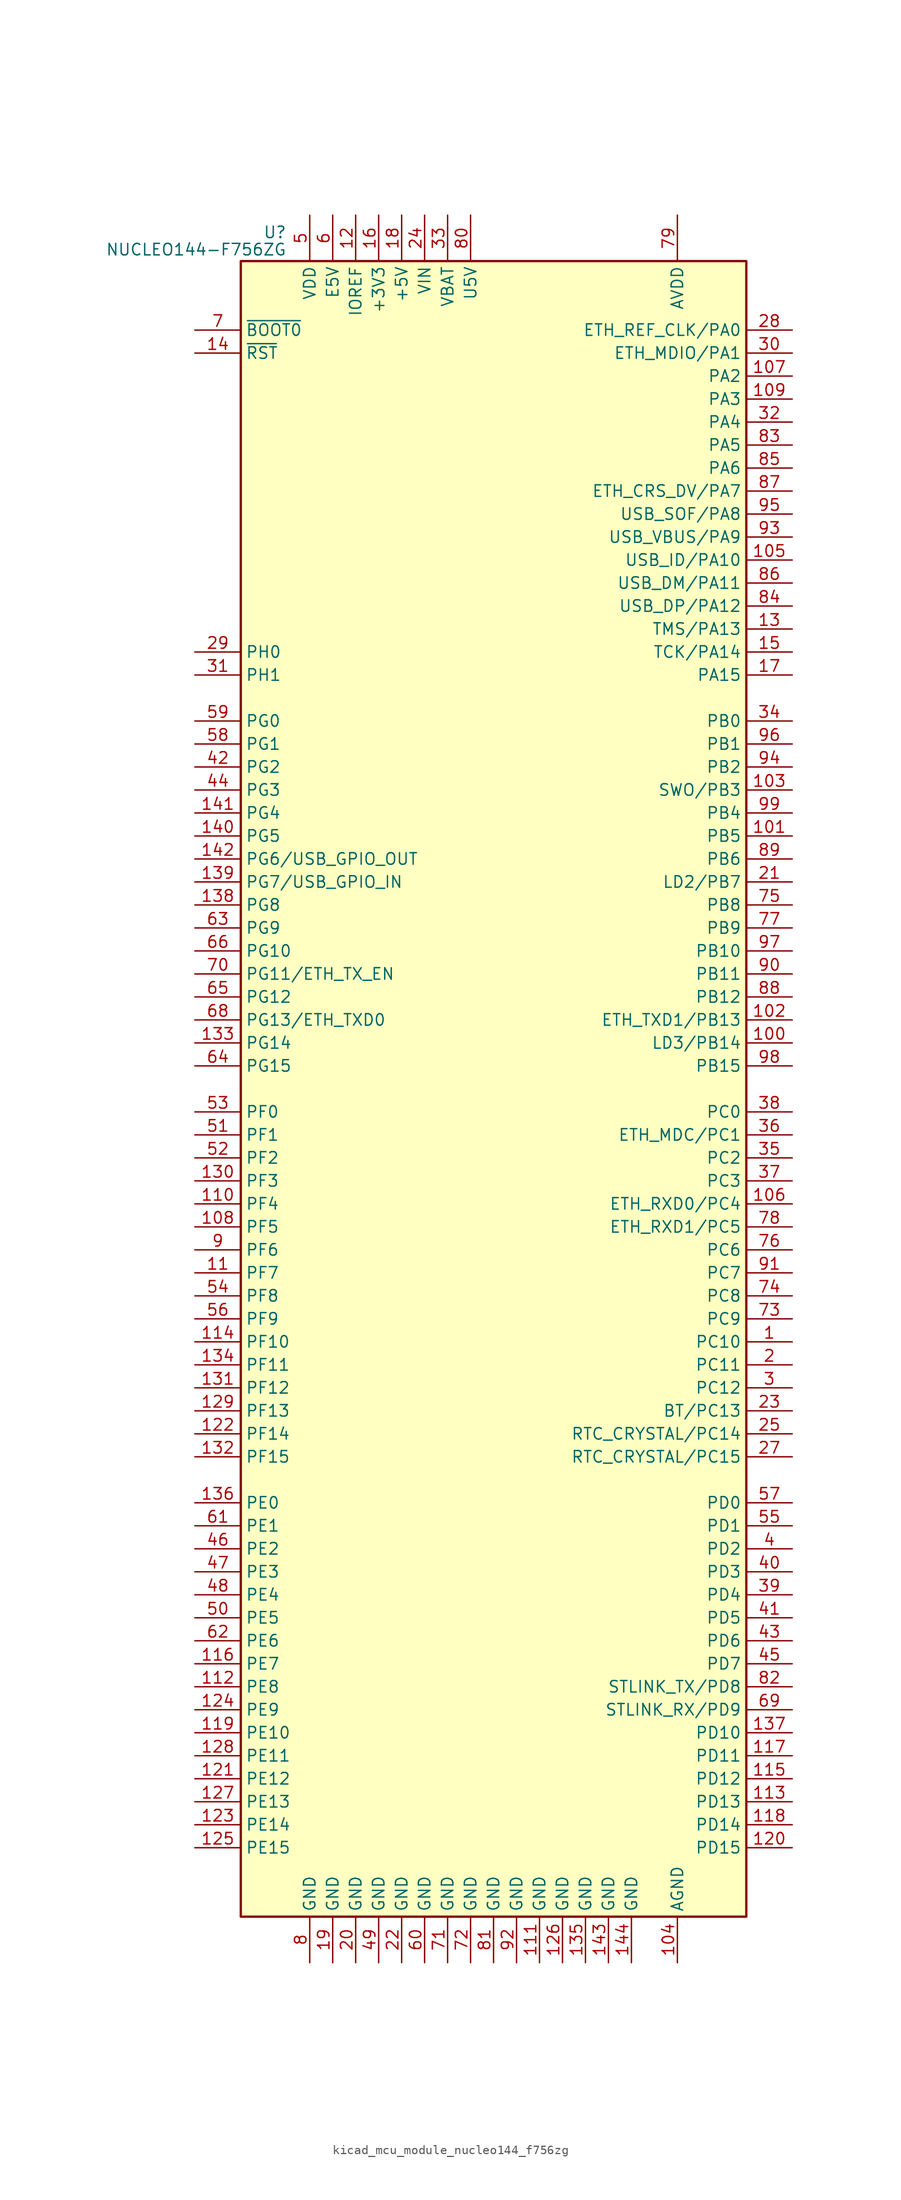
<source format=kicad_sym>
(kicad_symbol_lib
  (version 20220914)
  (generator kicad_symbol_editor)
  (symbol "kicad_mcu_module_nucleo144_f756zg"
    (property "Reference" "U"
      (at -22.86 94.615 0)
      (effects (font (size 1.27 1.27)) (justify right)))
    (property "Value" "NUCLEO144-F756ZG"
      (at -22.86 92.71 0)
      (effects (font (size 1.27 1.27)) (justify right)))
    (symbol "kicad_mcu_module_nucleo144_f756zg_0_1"
      (rectangle (start -27.94 -91.44) (end 27.94 91.44) (stroke (width 0.254) (type default)) (fill (type background))))
    (symbol "kicad_mcu_module_nucleo144_f756zg_1_1"
      (pin bidirectional line (at 33.02 -27.94 180) (length 5.08) (name "PC10" (effects (font (size 1.27 1.27)))) (number "1" (effects (font (size 1.27 1.27)))))
      (pin no_connect line (at -27.94 55.88 0) (length 5.08) hide (name "NC" (effects (font (size 1.27 1.27)))) (number "10" (effects (font (size 1.27 1.27)))))
      (pin bidirectional line (at 33.02 5.08 180) (length 5.08) (name "LD3/PB14" (effects (font (size 1.27 1.27)))) (number "100" (effects (font (size 1.27 1.27)))))
      (pin bidirectional line (at 33.02 27.94 180) (length 5.08) (name "PB5" (effects (font (size 1.27 1.27)))) (number "101" (effects (font (size 1.27 1.27)))))
      (pin bidirectional line (at 33.02 7.62 180) (length 5.08) (name "ETH_TXD1/PB13" (effects (font (size 1.27 1.27)))) (number "102" (effects (font (size 1.27 1.27)))))
      (pin bidirectional line (at 33.02 33.02 180) (length 5.08) (name "SWO/PB3" (effects (font (size 1.27 1.27)))) (number "103" (effects (font (size 1.27 1.27)))))
      (pin power_in line (at 20.32 -96.52 90) (length 5.08) (name "AGND" (effects (font (size 1.27 1.27)))) (number "104" (effects (font (size 1.27 1.27)))))
      (pin bidirectional line (at 33.02 58.42 180) (length 5.08) (name "USB_ID/PA10" (effects (font (size 1.27 1.27)))) (number "105" (effects (font (size 1.27 1.27)))))
      (pin bidirectional line (at 33.02 -12.7 180) (length 5.08) (name "ETH_RXD0/PC4" (effects (font (size 1.27 1.27)))) (number "106" (effects (font (size 1.27 1.27)))))
      (pin bidirectional line (at 33.02 78.74 180) (length 5.08) (name "PA2" (effects (font (size 1.27 1.27)))) (number "107" (effects (font (size 1.27 1.27)))))
      (pin bidirectional line (at -33.02 -15.24 0) (length 5.08) (name "PF5" (effects (font (size 1.27 1.27)))) (number "108" (effects (font (size 1.27 1.27)))))
      (pin bidirectional line (at 33.02 76.2 180) (length 5.08) (name "PA3" (effects (font (size 1.27 1.27)))) (number "109" (effects (font (size 1.27 1.27)))))
      (pin bidirectional line (at -33.02 -20.32 0) (length 5.08) (name "PF7" (effects (font (size 1.27 1.27)))) (number "11" (effects (font (size 1.27 1.27)))))
      (pin bidirectional line (at -33.02 -12.7 0) (length 5.08) (name "PF4" (effects (font (size 1.27 1.27)))) (number "110" (effects (font (size 1.27 1.27)))))
      (pin power_in line (at 5.08 -96.52 90) (length 5.08) (name "GND" (effects (font (size 1.27 1.27)))) (number "111" (effects (font (size 1.27 1.27)))))
      (pin bidirectional line (at -33.02 -66.04 0) (length 5.08) (name "PE8" (effects (font (size 1.27 1.27)))) (number "112" (effects (font (size 1.27 1.27)))))
      (pin bidirectional line (at 33.02 -78.74 180) (length 5.08) (name "PD13" (effects (font (size 1.27 1.27)))) (number "113" (effects (font (size 1.27 1.27)))))
      (pin bidirectional line (at -33.02 -27.94 0) (length 5.08) (name "PF10" (effects (font (size 1.27 1.27)))) (number "114" (effects (font (size 1.27 1.27)))))
      (pin bidirectional line (at 33.02 -76.2 180) (length 5.08) (name "PD12" (effects (font (size 1.27 1.27)))) (number "115" (effects (font (size 1.27 1.27)))))
      (pin bidirectional line (at -33.02 -63.5 0) (length 5.08) (name "PE7" (effects (font (size 1.27 1.27)))) (number "116" (effects (font (size 1.27 1.27)))))
      (pin bidirectional line (at 33.02 -73.66 180) (length 5.08) (name "PD11" (effects (font (size 1.27 1.27)))) (number "117" (effects (font (size 1.27 1.27)))))
      (pin bidirectional line (at 33.02 -81.28 180) (length 5.08) (name "PD14" (effects (font (size 1.27 1.27)))) (number "118" (effects (font (size 1.27 1.27)))))
      (pin bidirectional line (at -33.02 -71.12 0) (length 5.08) (name "PE10" (effects (font (size 1.27 1.27)))) (number "119" (effects (font (size 1.27 1.27)))))
      (pin power_in line (at -15.24 96.52 270) (length 5.08) (name "IOREF" (effects (font (size 1.27 1.27)))) (number "12" (effects (font (size 1.27 1.27)))))
      (pin bidirectional line (at 33.02 -83.82 180) (length 5.08) (name "PD15" (effects (font (size 1.27 1.27)))) (number "120" (effects (font (size 1.27 1.27)))))
      (pin bidirectional line (at -33.02 -76.2 0) (length 5.08) (name "PE12" (effects (font (size 1.27 1.27)))) (number "121" (effects (font (size 1.27 1.27)))))
      (pin bidirectional line (at -33.02 -38.1 0) (length 5.08) (name "PF14" (effects (font (size 1.27 1.27)))) (number "122" (effects (font (size 1.27 1.27)))))
      (pin bidirectional line (at -33.02 -81.28 0) (length 5.08) (name "PE14" (effects (font (size 1.27 1.27)))) (number "123" (effects (font (size 1.27 1.27)))))
      (pin bidirectional line (at -33.02 -68.58 0) (length 5.08) (name "PE9" (effects (font (size 1.27 1.27)))) (number "124" (effects (font (size 1.27 1.27)))))
      (pin bidirectional line (at -33.02 -83.82 0) (length 5.08) (name "PE15" (effects (font (size 1.27 1.27)))) (number "125" (effects (font (size 1.27 1.27)))))
      (pin power_in line (at 7.62 -96.52 90) (length 5.08) (name "GND" (effects (font (size 1.27 1.27)))) (number "126" (effects (font (size 1.27 1.27)))))
      (pin bidirectional line (at -33.02 -78.74 0) (length 5.08) (name "PE13" (effects (font (size 1.27 1.27)))) (number "127" (effects (font (size 1.27 1.27)))))
      (pin bidirectional line (at -33.02 -73.66 0) (length 5.08) (name "PE11" (effects (font (size 1.27 1.27)))) (number "128" (effects (font (size 1.27 1.27)))))
      (pin bidirectional line (at -33.02 -35.56 0) (length 5.08) (name "PF13" (effects (font (size 1.27 1.27)))) (number "129" (effects (font (size 1.27 1.27)))))
      (pin bidirectional line (at 33.02 50.8 180) (length 5.08) (name "TMS/PA13" (effects (font (size 1.27 1.27)))) (number "13" (effects (font (size 1.27 1.27)))))
      (pin bidirectional line (at -33.02 -10.16 0) (length 5.08) (name "PF3" (effects (font (size 1.27 1.27)))) (number "130" (effects (font (size 1.27 1.27)))))
      (pin bidirectional line (at -33.02 -33.02 0) (length 5.08) (name "PF12" (effects (font (size 1.27 1.27)))) (number "131" (effects (font (size 1.27 1.27)))))
      (pin bidirectional line (at -33.02 -40.64 0) (length 5.08) (name "PF15" (effects (font (size 1.27 1.27)))) (number "132" (effects (font (size 1.27 1.27)))))
      (pin bidirectional line (at -33.02 5.08 0) (length 5.08) (name "PG14" (effects (font (size 1.27 1.27)))) (number "133" (effects (font (size 1.27 1.27)))))
      (pin bidirectional line (at -33.02 -30.48 0) (length 5.08) (name "PF11" (effects (font (size 1.27 1.27)))) (number "134" (effects (font (size 1.27 1.27)))))
      (pin power_in line (at 10.16 -96.52 90) (length 5.08) (name "GND" (effects (font (size 1.27 1.27)))) (number "135" (effects (font (size 1.27 1.27)))))
      (pin bidirectional line (at -33.02 -45.72 0) (length 5.08) (name "PE0" (effects (font (size 1.27 1.27)))) (number "136" (effects (font (size 1.27 1.27)))))
      (pin bidirectional line (at 33.02 -71.12 180) (length 5.08) (name "PD10" (effects (font (size 1.27 1.27)))) (number "137" (effects (font (size 1.27 1.27)))))
      (pin bidirectional line (at -33.02 20.32 0) (length 5.08) (name "PG8" (effects (font (size 1.27 1.27)))) (number "138" (effects (font (size 1.27 1.27)))))
      (pin bidirectional line (at -33.02 22.86 0) (length 5.08) (name "PG7/USB_GPIO_IN" (effects (font (size 1.27 1.27)))) (number "139" (effects (font (size 1.27 1.27)))))
      (pin input line (at -33.02 81.28 0) (length 5.08) (name "~{RST}" (effects (font (size 1.27 1.27)))) (number "14" (effects (font (size 1.27 1.27)))))
      (pin bidirectional line (at -33.02 27.94 0) (length 5.08) (name "PG5" (effects (font (size 1.27 1.27)))) (number "140" (effects (font (size 1.27 1.27)))))
      (pin bidirectional line (at -33.02 30.48 0) (length 5.08) (name "PG4" (effects (font (size 1.27 1.27)))) (number "141" (effects (font (size 1.27 1.27)))))
      (pin bidirectional line (at -33.02 25.4 0) (length 5.08) (name "PG6/USB_GPIO_OUT" (effects (font (size 1.27 1.27)))) (number "142" (effects (font (size 1.27 1.27)))))
      (pin power_in line (at 12.7 -96.52 90) (length 5.08) (name "GND" (effects (font (size 1.27 1.27)))) (number "143" (effects (font (size 1.27 1.27)))))
      (pin power_in line (at 15.24 -96.52 90) (length 5.08) (name "GND" (effects (font (size 1.27 1.27)))) (number "144" (effects (font (size 1.27 1.27)))))
      (pin bidirectional line (at 33.02 48.26 180) (length 5.08) (name "TCK/PA14" (effects (font (size 1.27 1.27)))) (number "15" (effects (font (size 1.27 1.27)))))
      (pin power_in line (at -12.7 96.52 270) (length 5.08) (name "+3V3" (effects (font (size 1.27 1.27)))) (number "16" (effects (font (size 1.27 1.27)))))
      (pin bidirectional line (at 33.02 45.72 180) (length 5.08) (name "PA15" (effects (font (size 1.27 1.27)))) (number "17" (effects (font (size 1.27 1.27)))))
      (pin power_in line (at -10.16 96.52 270) (length 5.08) (name "+5V" (effects (font (size 1.27 1.27)))) (number "18" (effects (font (size 1.27 1.27)))))
      (pin power_in line (at -17.78 -96.52 90) (length 5.08) (name "GND" (effects (font (size 1.27 1.27)))) (number "19" (effects (font (size 1.27 1.27)))))
      (pin bidirectional line (at 33.02 -30.48 180) (length 5.08) (name "PC11" (effects (font (size 1.27 1.27)))) (number "2" (effects (font (size 1.27 1.27)))))
      (pin power_in line (at -15.24 -96.52 90) (length 5.08) (name "GND" (effects (font (size 1.27 1.27)))) (number "20" (effects (font (size 1.27 1.27)))))
      (pin bidirectional line (at 33.02 22.86 180) (length 5.08) (name "LD2/PB7" (effects (font (size 1.27 1.27)))) (number "21" (effects (font (size 1.27 1.27)))))
      (pin power_in line (at -10.16 -96.52 90) (length 5.08) (name "GND" (effects (font (size 1.27 1.27)))) (number "22" (effects (font (size 1.27 1.27)))))
      (pin bidirectional line (at 33.02 -35.56 180) (length 5.08) (name "BT/PC13" (effects (font (size 1.27 1.27)))) (number "23" (effects (font (size 1.27 1.27)))))
      (pin power_in line (at -7.62 96.52 270) (length 5.08) (name "VIN" (effects (font (size 1.27 1.27)))) (number "24" (effects (font (size 1.27 1.27)))))
      (pin bidirectional line (at 33.02 -38.1 180) (length 5.08) (name "RTC_CRYSTAL/PC14" (effects (font (size 1.27 1.27)))) (number "25" (effects (font (size 1.27 1.27)))))
      (pin no_connect line (at -27.94 58.42 0) (length 5.08) hide (name "NC" (effects (font (size 1.27 1.27)))) (number "26" (effects (font (size 1.27 1.27)))))
      (pin bidirectional line (at 33.02 -40.64 180) (length 5.08) (name "RTC_CRYSTAL/PC15" (effects (font (size 1.27 1.27)))) (number "27" (effects (font (size 1.27 1.27)))))
      (pin bidirectional line (at 33.02 83.82 180) (length 5.08) (name "ETH_REF_CLK/PA0" (effects (font (size 1.27 1.27)))) (number "28" (effects (font (size 1.27 1.27)))))
      (pin bidirectional line (at -33.02 48.26 0) (length 5.08) (name "PH0" (effects (font (size 1.27 1.27)))) (number "29" (effects (font (size 1.27 1.27)))))
      (pin bidirectional line (at 33.02 -33.02 180) (length 5.08) (name "PC12" (effects (font (size 1.27 1.27)))) (number "3" (effects (font (size 1.27 1.27)))))
      (pin bidirectional line (at 33.02 81.28 180) (length 5.08) (name "ETH_MDIO/PA1" (effects (font (size 1.27 1.27)))) (number "30" (effects (font (size 1.27 1.27)))))
      (pin bidirectional line (at -33.02 45.72 0) (length 5.08) (name "PH1" (effects (font (size 1.27 1.27)))) (number "31" (effects (font (size 1.27 1.27)))))
      (pin bidirectional line (at 33.02 73.66 180) (length 5.08) (name "PA4" (effects (font (size 1.27 1.27)))) (number "32" (effects (font (size 1.27 1.27)))))
      (pin power_in line (at -5.08 96.52 270) (length 5.08) (name "VBAT" (effects (font (size 1.27 1.27)))) (number "33" (effects (font (size 1.27 1.27)))))
      (pin bidirectional line (at 33.02 40.64 180) (length 5.08) (name "PB0" (effects (font (size 1.27 1.27)))) (number "34" (effects (font (size 1.27 1.27)))))
      (pin bidirectional line (at 33.02 -7.62 180) (length 5.08) (name "PC2" (effects (font (size 1.27 1.27)))) (number "35" (effects (font (size 1.27 1.27)))))
      (pin bidirectional line (at 33.02 -5.08 180) (length 5.08) (name "ETH_MDC/PC1" (effects (font (size 1.27 1.27)))) (number "36" (effects (font (size 1.27 1.27)))))
      (pin bidirectional line (at 33.02 -10.16 180) (length 5.08) (name "PC3" (effects (font (size 1.27 1.27)))) (number "37" (effects (font (size 1.27 1.27)))))
      (pin bidirectional line (at 33.02 -2.54 180) (length 5.08) (name "PC0" (effects (font (size 1.27 1.27)))) (number "38" (effects (font (size 1.27 1.27)))))
      (pin bidirectional line (at 33.02 -55.88 180) (length 5.08) (name "PD4" (effects (font (size 1.27 1.27)))) (number "39" (effects (font (size 1.27 1.27)))))
      (pin bidirectional line (at 33.02 -50.8 180) (length 5.08) (name "PD2" (effects (font (size 1.27 1.27)))) (number "4" (effects (font (size 1.27 1.27)))))
      (pin bidirectional line (at 33.02 -53.34 180) (length 5.08) (name "PD3" (effects (font (size 1.27 1.27)))) (number "40" (effects (font (size 1.27 1.27)))))
      (pin bidirectional line (at 33.02 -58.42 180) (length 5.08) (name "PD5" (effects (font (size 1.27 1.27)))) (number "41" (effects (font (size 1.27 1.27)))))
      (pin bidirectional line (at -33.02 35.56 0) (length 5.08) (name "PG2" (effects (font (size 1.27 1.27)))) (number "42" (effects (font (size 1.27 1.27)))))
      (pin bidirectional line (at 33.02 -60.96 180) (length 5.08) (name "PD6" (effects (font (size 1.27 1.27)))) (number "43" (effects (font (size 1.27 1.27)))))
      (pin bidirectional line (at -33.02 33.02 0) (length 5.08) (name "PG3" (effects (font (size 1.27 1.27)))) (number "44" (effects (font (size 1.27 1.27)))))
      (pin bidirectional line (at 33.02 -63.5 180) (length 5.08) (name "PD7" (effects (font (size 1.27 1.27)))) (number "45" (effects (font (size 1.27 1.27)))))
      (pin bidirectional line (at -33.02 -50.8 0) (length 5.08) (name "PE2" (effects (font (size 1.27 1.27)))) (number "46" (effects (font (size 1.27 1.27)))))
      (pin bidirectional line (at -33.02 -53.34 0) (length 5.08) (name "PE3" (effects (font (size 1.27 1.27)))) (number "47" (effects (font (size 1.27 1.27)))))
      (pin bidirectional line (at -33.02 -55.88 0) (length 5.08) (name "PE4" (effects (font (size 1.27 1.27)))) (number "48" (effects (font (size 1.27 1.27)))))
      (pin power_in line (at -12.7 -96.52 90) (length 5.08) (name "GND" (effects (font (size 1.27 1.27)))) (number "49" (effects (font (size 1.27 1.27)))))
      (pin power_in line (at -20.32 96.52 270) (length 5.08) (name "VDD" (effects (font (size 1.27 1.27)))) (number "5" (effects (font (size 1.27 1.27)))))
      (pin bidirectional line (at -33.02 -58.42 0) (length 5.08) (name "PE5" (effects (font (size 1.27 1.27)))) (number "50" (effects (font (size 1.27 1.27)))))
      (pin bidirectional line (at -33.02 -5.08 0) (length 5.08) (name "PF1" (effects (font (size 1.27 1.27)))) (number "51" (effects (font (size 1.27 1.27)))))
      (pin bidirectional line (at -33.02 -7.62 0) (length 5.08) (name "PF2" (effects (font (size 1.27 1.27)))) (number "52" (effects (font (size 1.27 1.27)))))
      (pin bidirectional line (at -33.02 -2.54 0) (length 5.08) (name "PF0" (effects (font (size 1.27 1.27)))) (number "53" (effects (font (size 1.27 1.27)))))
      (pin bidirectional line (at -33.02 -22.86 0) (length 5.08) (name "PF8" (effects (font (size 1.27 1.27)))) (number "54" (effects (font (size 1.27 1.27)))))
      (pin bidirectional line (at 33.02 -48.26 180) (length 5.08) (name "PD1" (effects (font (size 1.27 1.27)))) (number "55" (effects (font (size 1.27 1.27)))))
      (pin bidirectional line (at -33.02 -25.4 0) (length 5.08) (name "PF9" (effects (font (size 1.27 1.27)))) (number "56" (effects (font (size 1.27 1.27)))))
      (pin bidirectional line (at 33.02 -45.72 180) (length 5.08) (name "PD0" (effects (font (size 1.27 1.27)))) (number "57" (effects (font (size 1.27 1.27)))))
      (pin bidirectional line (at -33.02 38.1 0) (length 5.08) (name "PG1" (effects (font (size 1.27 1.27)))) (number "58" (effects (font (size 1.27 1.27)))))
      (pin bidirectional line (at -33.02 40.64 0) (length 5.08) (name "PG0" (effects (font (size 1.27 1.27)))) (number "59" (effects (font (size 1.27 1.27)))))
      (pin power_in line (at -17.78 96.52 270) (length 5.08) (name "E5V" (effects (font (size 1.27 1.27)))) (number "6" (effects (font (size 1.27 1.27)))))
      (pin power_in line (at -7.62 -96.52 90) (length 5.08) (name "GND" (effects (font (size 1.27 1.27)))) (number "60" (effects (font (size 1.27 1.27)))))
      (pin bidirectional line (at -33.02 -48.26 0) (length 5.08) (name "PE1" (effects (font (size 1.27 1.27)))) (number "61" (effects (font (size 1.27 1.27)))))
      (pin bidirectional line (at -33.02 -60.96 0) (length 5.08) (name "PE6" (effects (font (size 1.27 1.27)))) (number "62" (effects (font (size 1.27 1.27)))))
      (pin bidirectional line (at -33.02 17.78 0) (length 5.08) (name "PG9" (effects (font (size 1.27 1.27)))) (number "63" (effects (font (size 1.27 1.27)))))
      (pin bidirectional line (at -33.02 2.54 0) (length 5.08) (name "PG15" (effects (font (size 1.27 1.27)))) (number "64" (effects (font (size 1.27 1.27)))))
      (pin bidirectional line (at -33.02 10.16 0) (length 5.08) (name "PG12" (effects (font (size 1.27 1.27)))) (number "65" (effects (font (size 1.27 1.27)))))
      (pin bidirectional line (at -33.02 15.24 0) (length 5.08) (name "PG10" (effects (font (size 1.27 1.27)))) (number "66" (effects (font (size 1.27 1.27)))))
      (pin no_connect line (at -27.94 53.34 0) (length 5.08) hide (name "NC" (effects (font (size 1.27 1.27)))) (number "67" (effects (font (size 1.27 1.27)))))
      (pin bidirectional line (at -33.02 7.62 0) (length 5.08) (name "PG13/ETH_TXD0" (effects (font (size 1.27 1.27)))) (number "68" (effects (font (size 1.27 1.27)))))
      (pin bidirectional line (at 33.02 -68.58 180) (length 5.08) (name "STLINK_RX/PD9" (effects (font (size 1.27 1.27)))) (number "69" (effects (font (size 1.27 1.27)))))
      (pin input line (at -33.02 83.82 0) (length 5.08) (name "~{BOOT0}" (effects (font (size 1.27 1.27)))) (number "7" (effects (font (size 1.27 1.27)))))
      (pin bidirectional line (at -33.02 12.7 0) (length 5.08) (name "PG11/ETH_TX_EN" (effects (font (size 1.27 1.27)))) (number "70" (effects (font (size 1.27 1.27)))))
      (pin power_in line (at -5.08 -96.52 90) (length 5.08) (name "GND" (effects (font (size 1.27 1.27)))) (number "71" (effects (font (size 1.27 1.27)))))
      (pin power_in line (at -2.54 -96.52 90) (length 5.08) (name "GND" (effects (font (size 1.27 1.27)))) (number "72" (effects (font (size 1.27 1.27)))))
      (pin bidirectional line (at 33.02 -25.4 180) (length 5.08) (name "PC9" (effects (font (size 1.27 1.27)))) (number "73" (effects (font (size 1.27 1.27)))))
      (pin bidirectional line (at 33.02 -22.86 180) (length 5.08) (name "PC8" (effects (font (size 1.27 1.27)))) (number "74" (effects (font (size 1.27 1.27)))))
      (pin bidirectional line (at 33.02 20.32 180) (length 5.08) (name "PB8" (effects (font (size 1.27 1.27)))) (number "75" (effects (font (size 1.27 1.27)))))
      (pin bidirectional line (at 33.02 -17.78 180) (length 5.08) (name "PC6" (effects (font (size 1.27 1.27)))) (number "76" (effects (font (size 1.27 1.27)))))
      (pin bidirectional line (at 33.02 17.78 180) (length 5.08) (name "PB9" (effects (font (size 1.27 1.27)))) (number "77" (effects (font (size 1.27 1.27)))))
      (pin bidirectional line (at 33.02 -15.24 180) (length 5.08) (name "ETH_RXD1/PC5" (effects (font (size 1.27 1.27)))) (number "78" (effects (font (size 1.27 1.27)))))
      (pin power_in line (at 20.32 96.52 270) (length 5.08) (name "AVDD" (effects (font (size 1.27 1.27)))) (number "79" (effects (font (size 1.27 1.27)))))
      (pin power_in line (at -20.32 -96.52 90) (length 5.08) (name "GND" (effects (font (size 1.27 1.27)))) (number "8" (effects (font (size 1.27 1.27)))))
      (pin power_in line (at -2.54 96.52 270) (length 5.08) (name "U5V" (effects (font (size 1.27 1.27)))) (number "80" (effects (font (size 1.27 1.27)))))
      (pin power_in line (at 0 -96.52 90) (length 5.08) (name "GND" (effects (font (size 1.27 1.27)))) (number "81" (effects (font (size 1.27 1.27)))))
      (pin bidirectional line (at 33.02 -66.04 180) (length 5.08) (name "STLINK_TX/PD8" (effects (font (size 1.27 1.27)))) (number "82" (effects (font (size 1.27 1.27)))))
      (pin bidirectional line (at 33.02 71.12 180) (length 5.08) (name "PA5" (effects (font (size 1.27 1.27)))) (number "83" (effects (font (size 1.27 1.27)))))
      (pin bidirectional line (at 33.02 53.34 180) (length 5.08) (name "USB_DP/PA12" (effects (font (size 1.27 1.27)))) (number "84" (effects (font (size 1.27 1.27)))))
      (pin bidirectional line (at 33.02 68.58 180) (length 5.08) (name "PA6" (effects (font (size 1.27 1.27)))) (number "85" (effects (font (size 1.27 1.27)))))
      (pin bidirectional line (at 33.02 55.88 180) (length 5.08) (name "USB_DM/PA11" (effects (font (size 1.27 1.27)))) (number "86" (effects (font (size 1.27 1.27)))))
      (pin bidirectional line (at 33.02 66.04 180) (length 5.08) (name "ETH_CRS_DV/PA7" (effects (font (size 1.27 1.27)))) (number "87" (effects (font (size 1.27 1.27)))))
      (pin bidirectional line (at 33.02 10.16 180) (length 5.08) (name "PB12" (effects (font (size 1.27 1.27)))) (number "88" (effects (font (size 1.27 1.27)))))
      (pin bidirectional line (at 33.02 25.4 180) (length 5.08) (name "PB6" (effects (font (size 1.27 1.27)))) (number "89" (effects (font (size 1.27 1.27)))))
      (pin bidirectional line (at -33.02 -17.78 0) (length 5.08) (name "PF6" (effects (font (size 1.27 1.27)))) (number "9" (effects (font (size 1.27 1.27)))))
      (pin bidirectional line (at 33.02 12.7 180) (length 5.08) (name "PB11" (effects (font (size 1.27 1.27)))) (number "90" (effects (font (size 1.27 1.27)))))
      (pin bidirectional line (at 33.02 -20.32 180) (length 5.08) (name "PC7" (effects (font (size 1.27 1.27)))) (number "91" (effects (font (size 1.27 1.27)))))
      (pin power_in line (at 2.54 -96.52 90) (length 5.08) (name "GND" (effects (font (size 1.27 1.27)))) (number "92" (effects (font (size 1.27 1.27)))))
      (pin bidirectional line (at 33.02 60.96 180) (length 5.08) (name "USB_VBUS/PA9" (effects (font (size 1.27 1.27)))) (number "93" (effects (font (size 1.27 1.27)))))
      (pin bidirectional line (at 33.02 35.56 180) (length 5.08) (name "PB2" (effects (font (size 1.27 1.27)))) (number "94" (effects (font (size 1.27 1.27)))))
      (pin bidirectional line (at 33.02 63.5 180) (length 5.08) (name "USB_SOF/PA8" (effects (font (size 1.27 1.27)))) (number "95" (effects (font (size 1.27 1.27)))))
      (pin bidirectional line (at 33.02 38.1 180) (length 5.08) (name "PB1" (effects (font (size 1.27 1.27)))) (number "96" (effects (font (size 1.27 1.27)))))
      (pin bidirectional line (at 33.02 15.24 180) (length 5.08) (name "PB10" (effects (font (size 1.27 1.27)))) (number "97" (effects (font (size 1.27 1.27)))))
      (pin bidirectional line (at 33.02 2.54 180) (length 5.08) (name "PB15" (effects (font (size 1.27 1.27)))) (number "98" (effects (font (size 1.27 1.27)))))
      (pin bidirectional line (at 33.02 30.48 180) (length 5.08) (name "PB4" (effects (font (size 1.27 1.27)))) (number "99" (effects (font (size 1.27 1.27))))))))
</source>
